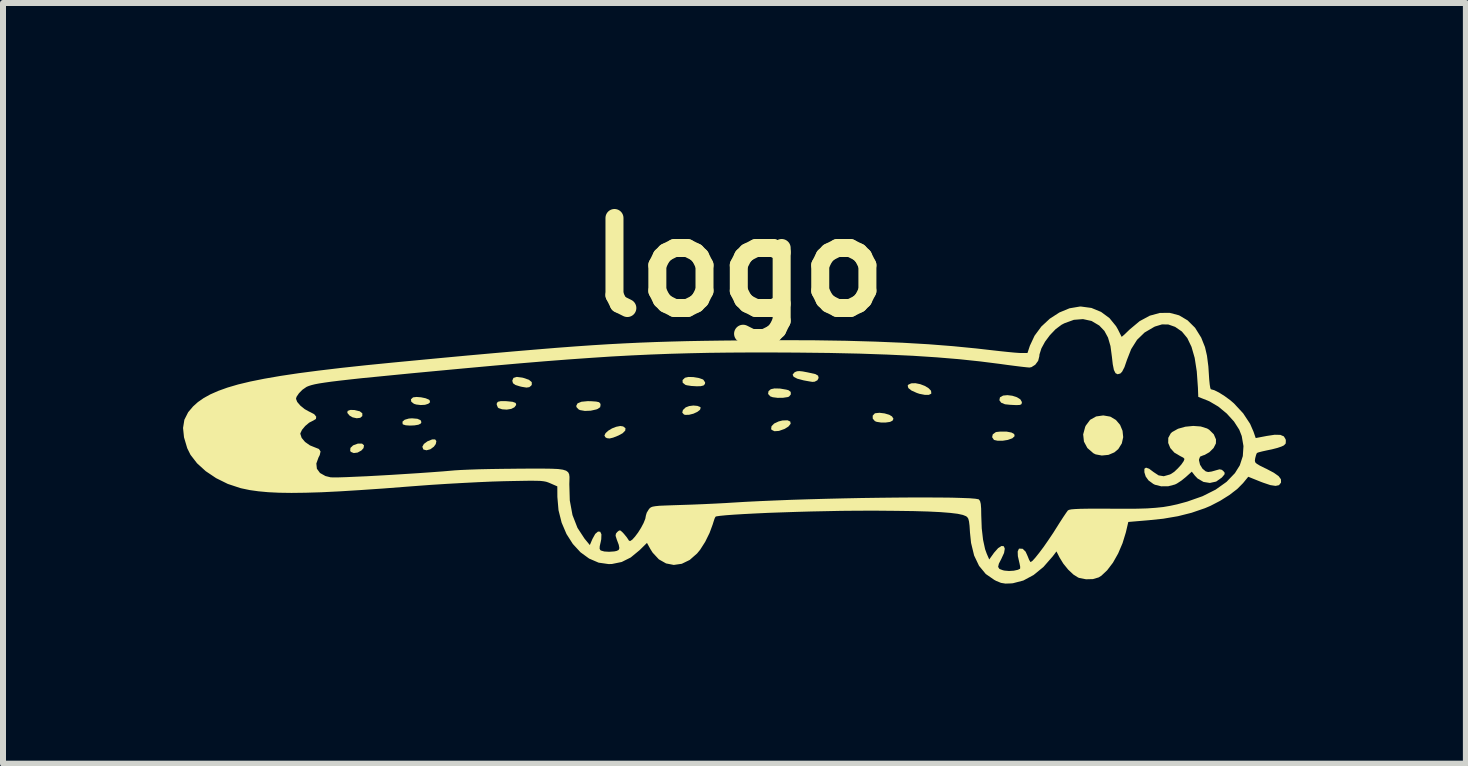
<source format=kicad_pcb>
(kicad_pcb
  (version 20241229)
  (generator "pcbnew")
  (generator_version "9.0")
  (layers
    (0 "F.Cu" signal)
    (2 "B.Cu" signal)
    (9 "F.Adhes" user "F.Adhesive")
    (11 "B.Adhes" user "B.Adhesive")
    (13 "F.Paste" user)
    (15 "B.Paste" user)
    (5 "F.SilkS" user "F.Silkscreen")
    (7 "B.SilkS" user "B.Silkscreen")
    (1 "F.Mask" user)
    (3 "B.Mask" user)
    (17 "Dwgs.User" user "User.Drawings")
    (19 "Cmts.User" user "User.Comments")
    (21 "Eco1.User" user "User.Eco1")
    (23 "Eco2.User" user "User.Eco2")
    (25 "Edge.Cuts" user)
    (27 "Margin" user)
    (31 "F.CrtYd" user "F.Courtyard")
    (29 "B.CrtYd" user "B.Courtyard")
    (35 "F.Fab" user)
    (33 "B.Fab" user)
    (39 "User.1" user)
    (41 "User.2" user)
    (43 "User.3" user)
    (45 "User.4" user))
  (footprint "logo"
    (layer "F.Cu")
    (at 9.26 4.404)
    (property "Reference" "logo" (at 0 -3 0) (layer "F.SilkS") (effects (font (size 1.5 1.5) (thickness 0.3))))
    (attr board_only exclude_from_pos_files exclude_from_bom allow_missing_courtyard)
    (fp_poly (pts (xy -6.404 -0.622) (xy -6.316 -0.601) (xy -6.273 -0.568) (xy -6.273 -0.522) (xy -6.308 -0.492) (xy -6.367 -0.485) (xy -6.435 -0.5) (xy -6.484 -0.528) (xy -6.523 -0.574) (xy -6.518 -0.607) (xy -6.472 -0.624)) (stroke (width 0) (type solid)) (fill yes) (layer "F.SilkS"))
    (fp_poly (pts (xy -6.277 -0.062) (xy -6.245 -0.034) (xy -6.252 0.011) (xy -6.288 0.052) (xy -6.352 0.087) (xy -6.416 0.095) (xy -6.463 0.076) (xy -6.475 0.059) (xy -6.471 0.009) (xy -6.427 -0.033) (xy -6.349 -0.062) (xy -6.344 -0.063)) (stroke (width 0) (type solid)) (fill yes) (layer "F.SilkS"))
    (fp_poly (pts (xy -5.039 -0.104) (xy -5.049 -0.055) (xy -5.081 -0.011) (xy -5.14 0.032) (xy -5.204 0.049) (xy -5.254 0.036) (xy -5.257 0.032) (xy -5.273 -0.01) (xy -5.247 -0.057) (xy -5.187 -0.101) (xy -5.11 -0.132) (xy -5.06 -0.133)) (stroke (width 0) (type solid)) (fill yes) (layer "F.SilkS"))
    (fp_poly (pts (xy 0.858 -0.43) (xy 0.864 -0.393) (xy 0.827 -0.347) (xy 0.76 -0.306) (xy 0.669 -0.274) (xy 0.594 -0.269) (xy 0.547 -0.292) (xy 0.539 -0.306) (xy 0.545 -0.352) (xy 0.589 -0.397) (xy 0.664 -0.432) (xy 0.728 -0.448) (xy 0.812 -0.451)) (stroke (width 0) (type solid)) (fill yes) (layer "F.SilkS"))
    (fp_poly (pts (xy -5.355 -0.476) (xy -5.302 -0.453) (xy -5.288 -0.419) (xy -5.301 -0.395) (xy -5.339 -0.377) (xy -5.405 -0.366) (xy -5.481 -0.363) (xy -5.551 -0.368) (xy -5.595 -0.382) (xy -5.601 -0.388) (xy -5.604 -0.428) (xy -5.567 -0.46) (xy -5.498 -0.48) (xy -5.445 -0.484)) (stroke (width 0) (type solid)) (fill yes) (layer "F.SilkS"))
    (fp_poly (pts (xy -0.69 -0.691) (xy -0.644 -0.673) (xy -0.635 -0.661) (xy -0.646 -0.626) (xy -0.691 -0.591) (xy -0.756 -0.561) (xy -0.828 -0.543) (xy -0.891 -0.541) (xy -0.913 -0.547) (xy -0.942 -0.579) (xy -0.931 -0.622) (xy -0.885 -0.666) (xy -0.827 -0.688) (xy -0.757 -0.697)) (stroke (width 0) (type solid)) (fill yes) (layer "F.SilkS"))
    (fp_poly (pts (xy -5.294 -0.834) (xy -5.218 -0.818) (xy -5.163 -0.795) (xy -5.152 -0.785) (xy -5.144 -0.752) (xy -5.174 -0.726) (xy -5.229 -0.709) (xy -5.3 -0.705) (xy -5.375 -0.714) (xy -5.413 -0.726) (xy -5.457 -0.76) (xy -5.463 -0.8) (xy -5.429 -0.832) (xy -5.427 -0.833) (xy -5.37 -0.84)) (stroke (width 0) (type solid)) (fill yes) (layer "F.SilkS"))
    (fp_poly (pts (xy -3.867 -0.769) (xy -3.769 -0.759) (xy -3.717 -0.739) (xy -3.709 -0.708) (xy -3.738 -0.668) (xy -3.791 -0.641) (xy -3.866 -0.629) (xy -3.943 -0.634) (xy -4.002 -0.654) (xy -4.015 -0.665) (xy -4.034 -0.713) (xy -4.031 -0.739) (xy -4.012 -0.76) (xy -3.968 -0.77) (xy -3.89 -0.77)) (stroke (width 0) (type solid)) (fill yes) (layer "F.SilkS"))
    (fp_poly (pts (xy -1.927 -0.349) (xy -1.888 -0.319) (xy -1.892 -0.279) (xy -1.936 -0.235) (xy -2.006 -0.197) (xy -2.094 -0.162) (xy -2.153 -0.148) (xy -2.196 -0.153) (xy -2.222 -0.167) (xy -2.239 -0.197) (xy -2.22 -0.237) (xy -2.175 -0.278) (xy -2.112 -0.316) (xy -2.042 -0.343) (xy -1.975 -0.356)) (stroke (width 0) (type solid)) (fill yes) (layer "F.SilkS"))
    (fp_poly (pts (xy 0.686 -0.98) (xy 0.791 -0.962) (xy 0.829 -0.952) (xy 0.865 -0.924) (xy 0.867 -0.882) (xy 0.837 -0.846) (xy 0.816 -0.838) (xy 0.737 -0.826) (xy 0.647 -0.825) (xy 0.567 -0.835) (xy 0.526 -0.849) (xy 0.488 -0.89) (xy 0.495 -0.936) (xy 0.534 -0.969) (xy 0.595 -0.982)) (stroke (width 0) (type solid)) (fill yes) (layer "F.SilkS"))
    (fp_poly (pts (xy 2.428 -0.566) (xy 2.507 -0.543) (xy 2.553 -0.515) (xy 2.577 -0.477) (xy 2.562 -0.445) (xy 2.52 -0.424) (xy 2.449 -0.414) (xy 2.369 -0.414) (xy 2.298 -0.425) (xy 2.268 -0.437) (xy 2.232 -0.479) (xy 2.231 -0.528) (xy 2.265 -0.565) (xy 2.275 -0.569) (xy 2.344 -0.576)) (stroke (width 0) (type solid)) (fill yes) (layer "F.SilkS"))
    (fp_poly (pts (xy -3.607 -1.162) (xy -3.591 -1.158) (xy -3.497 -1.126) (xy -3.45 -1.087) (xy -3.449 -1.044) (xy -3.459 -1.028) (xy -3.491 -1.003) (xy -3.538 -0.996) (xy -3.612 -1.008) (xy -3.643 -1.015) (xy -3.721 -1.039) (xy -3.762 -1.068) (xy -3.774 -1.109) (xy -3.774 -1.112) (xy -3.755 -1.157) (xy -3.7 -1.174)) (stroke (width 0) (type solid)) (fill yes) (layer "F.SilkS"))
    (fp_poly (pts (xy -0.758 -1.171) (xy -0.672 -1.157) (xy -0.603 -1.134) (xy -0.589 -1.125) (xy -0.561 -1.082) (xy -0.564 -1.056) (xy -0.587 -1.031) (xy -0.637 -1.019) (xy -0.707 -1.018) (xy -0.791 -1.023) (xy -0.863 -1.034) (xy -0.889 -1.041) (xy -0.935 -1.077) (xy -0.937 -1.121) (xy -0.897 -1.16) (xy -0.84 -1.173)) (stroke (width 0) (type solid)) (fill yes) (layer "F.SilkS"))
    (fp_poly (pts (xy 3.023 -1.053) (xy 3.099 -1.024) (xy 3.163 -0.985) (xy 3.203 -0.943) (xy 3.208 -0.9) (xy 3.204 -0.893) (xy 3.167 -0.875) (xy 3.098 -0.875) (xy 3.01 -0.892) (xy 2.966 -0.907) (xy 2.877 -0.947) (xy 2.825 -0.988) (xy 2.814 -1.028) (xy 2.824 -1.044) (xy 2.874 -1.067) (xy 2.944 -1.069)) (stroke (width 0) (type solid)) (fill yes) (layer "F.SilkS"))
    (fp_poly (pts (xy -2.461 -0.769) (xy -2.377 -0.763) (xy -2.33 -0.753) (xy -2.309 -0.733) (xy -2.303 -0.71) (xy -2.31 -0.669) (xy -2.352 -0.64) (xy -2.373 -0.632) (xy -2.467 -0.611) (xy -2.565 -0.607) (xy -2.645 -0.621) (xy -2.667 -0.631) (xy -2.702 -0.667) (xy -2.709 -0.69) (xy -2.687 -0.733) (xy -2.622 -0.76) (xy -2.518 -0.77)) (stroke (width 0) (type solid)) (fill yes) (layer "F.SilkS"))
    (fp_poly (pts (xy 4.465 -0.262) (xy 4.544 -0.247) (xy 4.589 -0.221) (xy 4.596 -0.187) (xy 4.56 -0.153) (xy 4.555 -0.15) (xy 4.482 -0.124) (xy 4.395 -0.11) (xy 4.313 -0.11) (xy 4.255 -0.123) (xy 4.25 -0.127) (xy 4.221 -0.17) (xy 4.232 -0.217) (xy 4.278 -0.251) (xy 4.292 -0.256) (xy 4.348 -0.262) (xy 4.427 -0.263)) (stroke (width 0) (type solid)) (fill yes) (layer "F.SilkS"))
    (fp_poly (pts (xy 4.558 -0.86) (xy 4.635 -0.835) (xy 4.692 -0.799) (xy 4.717 -0.755) (xy 4.717 -0.751) (xy 4.711 -0.721) (xy 4.685 -0.707) (xy 4.627 -0.704) (xy 4.602 -0.705) (xy 4.521 -0.709) (xy 4.453 -0.716) (xy 4.435 -0.718) (xy 4.372 -0.744) (xy 4.342 -0.785) (xy 4.351 -0.831) (xy 4.354 -0.835) (xy 4.404 -0.863) (xy 4.476 -0.87)) (stroke (width 0) (type solid)) (fill yes) (layer "F.SilkS"))
    (fp_poly (pts (xy 1.065 -1.265) (xy 1.149 -1.249) (xy 1.271 -1.222) (xy 1.276 -1.221) (xy 1.321 -1.195) (xy 1.33 -1.157) (xy 1.31 -1.118) (xy 1.264 -1.094) (xy 1.226 -1.091) (xy 1.187 -1.097) (xy 1.119 -1.109) (xy 1.077 -1.117) (xy 0.975 -1.144) (xy 0.914 -1.176) (xy 0.897 -1.211) (xy 0.925 -1.247) (xy 0.942 -1.257) (xy 0.971 -1.268) (xy 1.008 -1.271)) (stroke (width 0) (type solid)) (fill yes) (layer "F.SilkS"))
    (fp_poly (pts (xy 6.19 -0.512) (xy 6.284 -0.456) (xy 6.353 -0.375) (xy 6.394 -0.276) (xy 6.405 -0.17) (xy 6.382 -0.066) (xy 6.323 0.029) (xy 6.257 0.084) (xy 6.16 0.125) (xy 6.049 0.136) (xy 5.946 0.117) (xy 5.908 0.098) (xy 5.808 0.011) (xy 5.751 -0.096) (xy 5.738 -0.216) (xy 5.772 -0.342) (xy 5.782 -0.363) (xy 5.854 -0.459) (xy 5.954 -0.515) (xy 6.073 -0.532)) (stroke (width 0) (type solid)) (fill yes) (layer "F.SilkS"))
    (fp_poly (pts (xy 7.697 -0.348) (xy 7.802 -0.315) (xy 7.837 -0.294) (xy 7.914 -0.218) (xy 7.951 -0.133) (xy 7.95 -0.066) (xy 7.911 0.011) (xy 7.841 0.081) (xy 7.759 0.127) (xy 7.736 0.134) (xy 7.686 0.155) (xy 7.669 0.199) (xy 7.668 0.216) (xy 7.685 0.288) (xy 7.726 0.355) (xy 7.78 0.4) (xy 7.82 0.411) (xy 7.878 0.403) (xy 7.948 0.383) (xy 7.951 0.382) (xy 8.01 0.366) (xy 8.048 0.374) (xy 8.073 0.394) (xy 8.096 0.423) (xy 8.093 0.45) (xy 8.06 0.49) (xy 8.046 0.505) (xy 7.954 0.57) (xy 7.849 0.593) (xy 7.743 0.576) (xy 7.645 0.519) (xy 7.6 0.472) (xy 7.548 0.405) (xy 7.448 0.495) (xy 7.375 0.554) (xy 7.3 0.603) (xy 7.267 0.619) (xy 7.156 0.648) (xy 7.038 0.649) (xy 6.934 0.623) (xy 6.906 0.609) (xy 6.826 0.55) (xy 6.78 0.486) (xy 6.758 0.415) (xy 6.758 0.357) (xy 6.785 0.338) (xy 6.837 0.356) (xy 6.91 0.411) (xy 6.995 0.467) (xy 7.081 0.481) (xy 7.18 0.453) (xy 7.202 0.443) (xy 7.256 0.407) (xy 7.316 0.35) (xy 7.373 0.287) (xy 7.413 0.229) (xy 7.426 0.193) (xy 7.407 0.172) (xy 7.359 0.147) (xy 7.357 0.146) (xy 7.258 0.088) (xy 7.19 0.012) (xy 7.155 -0.073) (xy 7.156 -0.158) (xy 7.197 -0.233) (xy 7.221 -0.256) (xy 7.319 -0.31) (xy 7.44 -0.344) (xy 7.572 -0.357)) (stroke (width 0) (type solid)) (fill yes) (layer "F.SilkS"))
    (fp_poly (pts (xy 5.876 -2.323) (xy 6.036 -2.257) (xy 6.176 -2.154) (xy 6.286 -2.019) (xy 6.316 -1.967) (xy 6.349 -1.901) (xy 6.372 -1.855) (xy 6.378 -1.842) (xy 6.396 -1.854) (xy 6.439 -1.893) (xy 6.499 -1.951) (xy 6.515 -1.966) (xy 6.679 -2.103) (xy 6.848 -2.194) (xy 7.016 -2.24) (xy 7.18 -2.241) (xy 7.336 -2.2) (xy 7.478 -2.116) (xy 7.603 -1.992) (xy 7.705 -1.828) (xy 7.768 -1.67) (xy 7.801 -1.527) (xy 7.824 -1.348) (xy 7.831 -1.24) (xy 7.838 -1.132) (xy 7.847 -1.044) (xy 7.857 -0.986) (xy 7.866 -0.968) (xy 7.922 -0.953) (xy 8.002 -0.913) (xy 8.094 -0.855) (xy 8.187 -0.787) (xy 8.25 -0.733) (xy 8.404 -0.567) (xy 8.519 -0.393) (xy 8.576 -0.262) (xy 8.613 -0.155) (xy 8.796 -0.19) (xy 8.929 -0.21) (xy 9.023 -0.208) (xy 9.082 -0.183) (xy 9.111 -0.135) (xy 9.115 -0.114) (xy 9.113 -0.065) (xy 9.083 -0.033) (xy 9.043 -0.014) (xy 8.976 0.009) (xy 8.883 0.033) (xy 8.805 0.049) (xy 8.723 0.067) (xy 8.661 0.083) (xy 8.633 0.094) (xy 8.619 0.126) (xy 8.604 0.183) (xy 8.604 0.185) (xy 8.599 0.221) (xy 8.605 0.249) (xy 8.631 0.274) (xy 8.683 0.305) (xy 8.77 0.348) (xy 8.792 0.358) (xy 8.915 0.423) (xy 8.994 0.479) (xy 9.033 0.531) (xy 9.035 0.582) (xy 9.032 0.591) (xy 9.001 0.63) (xy 8.944 0.642) (xy 8.857 0.629) (xy 8.735 0.588) (xy 8.698 0.574) (xy 8.489 0.49) (xy 8.402 0.596) (xy 8.305 0.694) (xy 8.173 0.795) (xy 8.02 0.891) (xy 7.858 0.975) (xy 7.766 1.014) (xy 7.544 1.09) (xy 7.318 1.147) (xy 7.072 1.189) (xy 6.831 1.214) (xy 6.49 1.243) (xy 6.449 1.418) (xy 6.394 1.597) (xy 6.321 1.768) (xy 6.234 1.922) (xy 6.138 2.048) (xy 6.04 2.14) (xy 5.996 2.167) (xy 5.901 2.195) (xy 5.786 2.198) (xy 5.676 2.177) (xy 5.654 2.169) (xy 5.575 2.119) (xy 5.488 2.037) (xy 5.407 1.937) (xy 5.345 1.836) (xy 5.293 1.734) (xy 5.23 1.817) (xy 5.076 1.993) (xy 4.912 2.127) (xy 4.741 2.219) (xy 4.568 2.264) (xy 4.536 2.267) (xy 4.443 2.27) (xy 4.369 2.258) (xy 4.29 2.226) (xy 4.258 2.209) (xy 4.115 2.11) (xy 4.003 1.974) (xy 3.921 1.802) (xy 3.87 1.592) (xy 3.852 1.419) (xy 3.845 1.308) (xy 3.836 1.235) (xy 3.824 1.189) (xy 3.805 1.161) (xy 3.786 1.147) (xy 3.734 1.126) (xy 3.647 1.107) (xy 3.523 1.092) (xy 3.361 1.079) (xy 3.158 1.069) (xy 2.913 1.062) (xy 2.624 1.058) (xy 2.289 1.055) (xy 2.165 1.055) (xy 1.942 1.056) (xy 1.705 1.058) (xy 1.461 1.063) (xy 1.213 1.068) (xy 0.966 1.075) (xy 0.725 1.083) (xy 0.496 1.091) (xy 0.283 1.101) (xy 0.09 1.111) (xy -0.076 1.121) (xy -0.212 1.131) (xy -0.313 1.141) (xy -0.374 1.15) (xy -0.389 1.157) (xy -0.404 1.188) (xy -0.424 1.249) (xy -0.434 1.282) (xy -0.487 1.426) (xy -0.56 1.574) (xy -0.644 1.706) (xy -0.695 1.768) (xy -0.818 1.876) (xy -0.95 1.94) (xy -1.083 1.959) (xy -1.212 1.934) (xy -1.332 1.866) (xy -1.435 1.755) (xy -1.473 1.695) (xy -1.53 1.592) (xy -1.654 1.714) (xy -1.801 1.835) (xy -1.951 1.91) (xy -2.112 1.943) (xy -2.168 1.945) (xy -2.336 1.921) (xy -2.494 1.853) (xy -2.638 1.748) (xy -2.765 1.61) (xy -2.871 1.444) (xy -2.952 1.254) (xy -3.004 1.047) (xy -3.023 0.826) (xy -3.023 0.815) (xy -3.024 0.65) (xy -3.138 0.6) (xy -3.174 0.585) (xy -3.21 0.573) (xy -3.252 0.565) (xy -3.306 0.559) (xy -3.379 0.557) (xy -3.477 0.556) (xy -3.606 0.558) (xy -3.773 0.561) (xy -3.919 0.564) (xy -4.111 0.57) (xy -4.34 0.58) (xy -4.594 0.593) (xy -4.861 0.608) (xy -5.128 0.625) (xy -5.385 0.644) (xy -5.503 0.653) (xy -5.929 0.686) (xy -6.31 0.712) (xy -6.649 0.733) (xy -6.951 0.748) (xy -7.217 0.756) (xy -7.453 0.759) (xy -7.66 0.756) (xy -7.843 0.747) (xy -8.005 0.732) (xy -8.148 0.712) (xy -8.277 0.685) (xy -8.307 0.678) (xy -8.515 0.609) (xy -8.709 0.513) (xy -8.882 0.397) (xy -9.027 0.265) (xy -9.136 0.124) (xy -9.19 0.015) (xy -9.244 -0.167) (xy -9.26 -0.323) (xy -9.238 -0.46) (xy -9.175 -0.585) (xy -9.094 -0.681) (xy -9.013 -0.754) (xy -8.934 -0.809) (xy -7.378 -0.809) (xy -7.358 -0.757) (xy -7.306 -0.696) (xy -7.235 -0.638) (xy -7.156 -0.594) (xy -7.148 -0.591) (xy -7.075 -0.553) (xy -7.041 -0.511) (xy -7.046 -0.473) (xy -7.089 -0.447) (xy -7.158 -0.412) (xy -7.225 -0.356) (xy -7.278 -0.292) (xy -7.305 -0.235) (xy -7.306 -0.225) (xy -7.284 -0.158) (xy -7.227 -0.09) (xy -7.146 -0.033) (xy -7.067 -0.001) (xy -6.996 0.027) (xy -6.969 0.068) (xy -6.982 0.128) (xy -7.003 0.169) (xy -7.039 0.269) (xy -7.03 0.356) (xy -6.978 0.427) (xy -6.887 0.478) (xy -6.802 0.499) (xy -6.753 0.501) (xy -6.662 0.5) (xy -6.534 0.496) (xy -6.376 0.489) (xy -6.194 0.481) (xy -5.994 0.47) (xy -5.781 0.458) (xy -5.562 0.444) (xy -5.342 0.43) (xy -5.128 0.415) (xy -4.926 0.4) (xy -4.741 0.384) (xy -4.729 0.383) (xy -4.63 0.377) (xy -4.492 0.371) (xy -4.323 0.365) (xy -4.133 0.361) (xy -3.93 0.358) (xy -3.725 0.356) (xy -3.671 0.355) (xy -3.445 0.354) (xy -3.262 0.354) (xy -3.119 0.356) (xy -3.01 0.361) (xy -2.931 0.372) (xy -2.877 0.389) (xy -2.844 0.414) (xy -2.827 0.447) (xy -2.821 0.492) (xy -2.822 0.549) (xy -2.824 0.612) (xy -2.816 0.885) (xy -2.771 1.128) (xy -2.688 1.341) (xy -2.571 1.52) (xy -2.482 1.628) (xy -2.439 1.527) (xy -2.392 1.442) (xy -2.346 1.403) (xy -2.309 1.406) (xy -2.289 1.449) (xy -2.292 1.531) (xy -2.3 1.572) (xy -2.317 1.647) (xy -2.319 1.689) (xy -2.306 1.713) (xy -2.297 1.719) (xy -2.242 1.735) (xy -2.162 1.74) (xy -2.075 1.734) (xy -2.036 1.726) (xy -2.002 1.71) (xy -1.99 1.679) (xy -2 1.624) (xy -2.033 1.536) (xy -2.035 1.53) (xy -2.053 1.473) (xy -2.047 1.437) (xy -2.024 1.409) (xy -1.994 1.385) (xy -1.969 1.387) (xy -1.933 1.42) (xy -1.913 1.442) (xy -1.867 1.498) (xy -1.837 1.543) (xy -1.833 1.551) (xy -1.812 1.562) (xy -1.775 1.538) (xy -1.729 1.487) (xy -1.678 1.419) (xy -1.629 1.341) (xy -1.587 1.262) (xy -1.558 1.19) (xy -1.548 1.136) (xy -1.534 1.089) (xy -1.501 1.035) (xy -1.484 1.014) (xy -1.464 0.999) (xy -1.435 0.988) (xy -1.389 0.98) (xy -1.321 0.973) (xy -1.223 0.969) (xy -1.088 0.964) (xy -0.963 0.96) (xy -0.781 0.954) (xy -0.586 0.946) (xy -0.394 0.937) (xy -0.221 0.928) (xy -0.109 0.921) (xy 0.107 0.908) (xy 0.347 0.896) (xy 0.606 0.885) (xy 0.88 0.874) (xy 1.165 0.865) (xy 1.457 0.857) (xy 1.752 0.85) (xy 2.046 0.844) (xy 2.334 0.84) (xy 2.612 0.837) (xy 2.877 0.835) (xy 3.123 0.835) (xy 3.348 0.836) (xy 3.546 0.838) (xy 3.714 0.843) (xy 3.847 0.848) (xy 3.942 0.856) (xy 3.994 0.865) (xy 4.001 0.869) (xy 4.02 0.895) (xy 4.032 0.943) (xy 4.038 1.02) (xy 4.04 1.134) (xy 4.048 1.349) (xy 4.07 1.54) (xy 4.104 1.697) (xy 4.132 1.774) (xy 4.173 1.868) (xy 4.253 1.756) (xy 4.322 1.678) (xy 4.378 1.643) (xy 4.416 1.648) (xy 4.432 1.688) (xy 4.42 1.759) (xy 4.376 1.855) (xy 4.333 1.939) (xy 4.321 1.992) (xy 4.343 2.026) (xy 4.402 2.048) (xy 4.431 2.054) (xy 4.502 2.06) (xy 4.582 2.055) (xy 4.651 2.04) (xy 4.687 2.022) (xy 4.689 1.992) (xy 4.678 1.935) (xy 4.673 1.914) (xy 4.65 1.813) (xy 4.647 1.736) (xy 4.666 1.692) (xy 4.675 1.687) (xy 4.73 1.69) (xy 4.779 1.738) (xy 4.813 1.813) (xy 4.837 1.873) (xy 4.858 1.908) (xy 4.863 1.911) (xy 4.892 1.892) (xy 4.94 1.839) (xy 5.005 1.758) (xy 5.08 1.658) (xy 5.159 1.544) (xy 5.239 1.425) (xy 5.285 1.352) (xy 5.35 1.249) (xy 5.409 1.158) (xy 5.455 1.09) (xy 5.482 1.053) (xy 5.484 1.051) (xy 5.503 1.041) (xy 5.542 1.033) (xy 5.604 1.028) (xy 5.694 1.024) (xy 5.819 1.022) (xy 5.982 1.022) (xy 6.188 1.022) (xy 6.2 1.023) (xy 6.439 1.023) (xy 6.639 1.022) (xy 6.806 1.017) (xy 6.948 1.007) (xy 7.073 0.994) (xy 7.19 0.974) (xy 7.305 0.949) (xy 7.427 0.916) (xy 7.471 0.904) (xy 7.727 0.814) (xy 7.946 0.704) (xy 8.127 0.575) (xy 8.267 0.429) (xy 8.348 0.299) (xy 8.398 0.146) (xy 8.409 -0.021) (xy 8.38 -0.189) (xy 8.339 -0.294) (xy 8.251 -0.431) (xy 8.13 -0.564) (xy 7.989 -0.68) (xy 7.843 -0.766) (xy 7.811 -0.78) (xy 7.656 -0.841) (xy 7.65 -0.995) (xy 7.631 -1.265) (xy 7.596 -1.491) (xy 7.543 -1.675) (xy 7.473 -1.821) (xy 7.383 -1.93) (xy 7.274 -2.005) (xy 7.272 -2.007) (xy 7.158 -2.047) (xy 7.052 -2.049) (xy 6.936 -2.014) (xy 6.921 -2.007) (xy 6.762 -1.914) (xy 6.636 -1.792) (xy 6.538 -1.637) (xy 6.468 -1.458) (xy 6.426 -1.336) (xy 6.387 -1.261) (xy 6.358 -1.231) (xy 6.312 -1.218) (xy 6.277 -1.236) (xy 6.25 -1.29) (xy 6.231 -1.385) (xy 6.217 -1.508) (xy 6.193 -1.688) (xy 6.152 -1.829) (xy 6.092 -1.94) (xy 6.008 -2.028) (xy 6.006 -2.03) (xy 5.878 -2.106) (xy 5.735 -2.137) (xy 5.583 -2.125) (xy 5.426 -2.068) (xy 5.378 -2.043) (xy 5.279 -1.969) (xy 5.185 -1.871) (xy 5.103 -1.761) (xy 5.042 -1.649) (xy 5.01 -1.548) (xy 5.007 -1.515) (xy 4.988 -1.442) (xy 4.94 -1.377) (xy 4.877 -1.337) (xy 4.842 -1.33) (xy 4.797 -1.334) (xy 4.714 -1.343) (xy 4.601 -1.357) (xy 4.469 -1.374) (xy 4.354 -1.39) (xy 4.022 -1.432) (xy 3.672 -1.469) (xy 3.299 -1.5) (xy 2.9 -1.526) (xy 2.471 -1.546) (xy 2.008 -1.562) (xy 1.507 -1.573) (xy 0.965 -1.579) (xy 0.556 -1.581) (xy 0.186 -1.581) (xy -0.164 -1.579) (xy -0.499 -1.575) (xy -0.825 -1.568) (xy -1.144 -1.559) (xy -1.464 -1.547) (xy -1.788 -1.532) (xy -2.121 -1.514) (xy -2.468 -1.491) (xy -2.835 -1.465) (xy -3.225 -1.435) (xy -3.644 -1.4) (xy -4.097 -1.36) (xy -4.589 -1.315) (xy -5.092 -1.268) (xy -5.453 -1.234) (xy -5.769 -1.203) (xy -6.043 -1.176) (xy -6.279 -1.153) (xy -6.479 -1.131) (xy -6.647 -1.112) (xy -6.787 -1.095) (xy -6.901 -1.079) (xy -6.992 -1.065) (xy -7.065 -1.051) (xy -7.121 -1.037) (xy -7.165 -1.023) (xy -7.199 -1.009) (xy -7.206 -1.005) (xy -7.271 -0.96) (xy -7.329 -0.901) (xy -7.369 -0.842) (xy -7.378 -0.809) (xy -8.934 -0.809) (xy -8.917 -0.821) (xy -8.805 -0.883) (xy -8.673 -0.941) (xy -8.52 -0.996) (xy -8.343 -1.048) (xy -8.138 -1.097) (xy -7.904 -1.144) (xy -7.638 -1.19) (xy -7.338 -1.235) (xy -7.001 -1.279) (xy -6.624 -1.324) (xy -6.206 -1.369) (xy -5.743 -1.415) (xy -5.491 -1.439) (xy -4.985 -1.487) (xy -4.524 -1.53) (xy -4.101 -1.568) (xy -3.714 -1.602) (xy -3.359 -1.632) (xy -3.03 -1.659) (xy -2.724 -1.682) (xy -2.436 -1.702) (xy -2.162 -1.719) (xy -1.898 -1.733) (xy -1.64 -1.745) (xy -1.383 -1.755) (xy -1.124 -1.763) (xy -0.857 -1.77) (xy -0.579 -1.775) (xy -0.286 -1.779) (xy 0.028 -1.782) (xy 0.085 -1.783) (xy 0.693 -1.786) (xy 1.258 -1.784) (xy 1.783 -1.776) (xy 2.273 -1.762) (xy 2.731 -1.743) (xy 3.161 -1.718) (xy 3.569 -1.686) (xy 3.957 -1.648) (xy 4.202 -1.62) (xy 4.344 -1.604) (xy 4.477 -1.59) (xy 4.591 -1.579) (xy 4.674 -1.573) (xy 4.702 -1.572) (xy 4.81 -1.572) (xy 4.85 -1.693) (xy 4.928 -1.86) (xy 5.041 -2.013) (xy 5.182 -2.144) (xy 5.341 -2.247) (xy 5.51 -2.317) (xy 5.681 -2.346) (xy 5.705 -2.346)) (stroke (width 0) (type solid)) (fill yes) (layer "F.SilkS")))
  (gr_rect
    (start -3 -3)
    (end 21.375 9.674)
    (stroke (width 0.1) (type default))
    (fill no)
    (layer "Edge.Cuts")))
</source>
